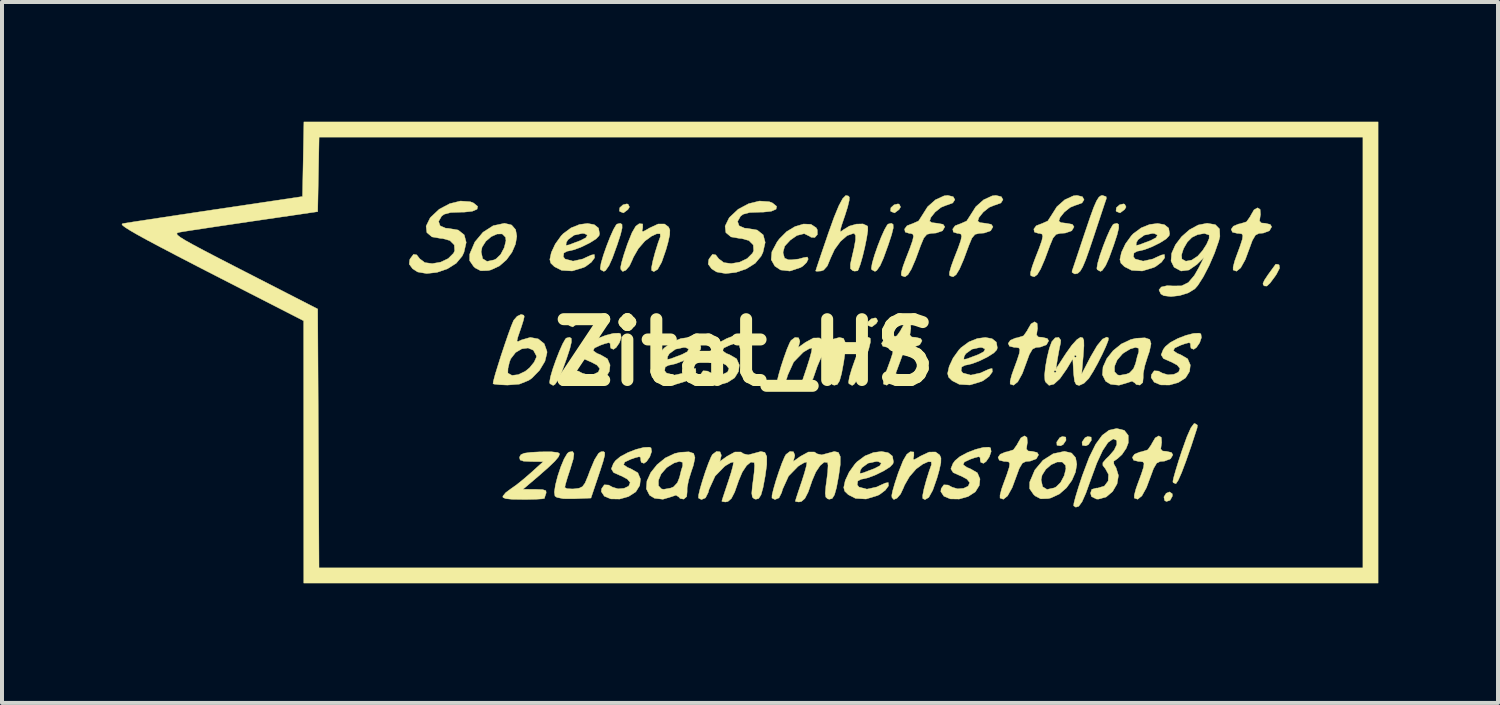
<source format=kicad_pcb>
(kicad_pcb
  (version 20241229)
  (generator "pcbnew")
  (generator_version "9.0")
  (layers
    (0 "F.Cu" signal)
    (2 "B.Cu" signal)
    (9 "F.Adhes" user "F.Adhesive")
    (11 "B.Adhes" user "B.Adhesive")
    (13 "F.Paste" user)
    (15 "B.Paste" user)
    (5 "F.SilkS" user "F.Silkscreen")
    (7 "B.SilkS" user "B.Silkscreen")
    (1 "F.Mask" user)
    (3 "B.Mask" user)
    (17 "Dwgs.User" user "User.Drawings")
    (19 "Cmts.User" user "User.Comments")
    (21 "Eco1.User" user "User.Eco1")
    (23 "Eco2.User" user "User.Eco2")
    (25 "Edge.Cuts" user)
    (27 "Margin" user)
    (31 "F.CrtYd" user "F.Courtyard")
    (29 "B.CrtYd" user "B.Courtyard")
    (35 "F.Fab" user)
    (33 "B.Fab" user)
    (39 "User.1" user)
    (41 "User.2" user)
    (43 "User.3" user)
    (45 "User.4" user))
  (footprint "Zitat_HS"
    (layer "F.Cu")
    (at 15.612 5.784)
    (property "Reference" "Zitat_HS" (at 0 0 0) (layer "F.SilkS") (effects (font (size 1.524 1.524) (thickness 0.3))))
    (attr through_hole)
    (fp_poly (pts (xy 8.048 2.12) (xy 8.054 2.2) (xy 7.98 2.309) (xy 7.915 2.339) (xy 7.827 2.325) (xy 7.821 2.245) (xy 7.895 2.136) (xy 7.96 2.106) (xy 8.048 2.12)) (stroke (width 0.01) (type solid)) (fill yes) (layer "F.SilkS"))
    (fp_poly (pts (xy 8.683 2.12) (xy 8.689 2.2) (xy 8.615 2.309) (xy 8.55 2.339) (xy 8.462 2.325) (xy 8.456 2.245) (xy 8.53 2.136) (xy 8.595 2.106) (xy 8.683 2.12)) (stroke (width 0.01) (type solid)) (fill yes) (layer "F.SilkS"))
    (fp_poly (pts (xy 10.717 3.541) (xy 10.72 3.598) (xy 10.661 3.705) (xy 10.569 3.734) (xy 10.526 3.71) (xy 10.507 3.621) (xy 10.564 3.528) (xy 10.648 3.493) (xy 10.717 3.541)) (stroke (width 0.01) (type solid)) (fill yes) (layer "F.SilkS"))
    (fp_poly (pts (xy -4.191 -0.857) (xy -4.157 -0.789) (xy -4.196 -0.725) (xy -4.308 -0.64) (xy -4.398 -0.676) (xy -4.409 -0.691) (xy -4.4 -0.771) (xy -4.32 -0.843) (xy -4.221 -0.868) (xy -4.191 -0.857)) (stroke (width 0.01) (type solid)) (fill yes) (layer "F.SilkS"))
    (fp_poly (pts (xy -2.921 -3.715) (xy -2.887 -3.647) (xy -2.926 -3.582) (xy -3.038 -3.498) (xy -3.128 -3.534) (xy -3.139 -3.549) (xy -3.13 -3.629) (xy -3.05 -3.701) (xy -2.951 -3.725) (xy -2.921 -3.715)) (stroke (width 0.01) (type solid)) (fill yes) (layer "F.SilkS"))
    (fp_poly (pts (xy 3.302 -0.857) (xy 3.336 -0.789) (xy 3.297 -0.725) (xy 3.185 -0.64) (xy 3.095 -0.676) (xy 3.084 -0.691) (xy 3.093 -0.771) (xy 3.173 -0.843) (xy 3.272 -0.868) (xy 3.302 -0.857)) (stroke (width 0.01) (type solid)) (fill yes) (layer "F.SilkS"))
    (fp_poly (pts (xy 3.874 -3.715) (xy 3.908 -3.647) (xy 3.869 -3.582) (xy 3.757 -3.498) (xy 3.666 -3.534) (xy 3.656 -3.549) (xy 3.665 -3.629) (xy 3.745 -3.701) (xy 3.844 -3.725) (xy 3.874 -3.715)) (stroke (width 0.01) (type solid)) (fill yes) (layer "F.SilkS"))
    (fp_poly (pts (xy 9.525 -3.715) (xy 9.559 -3.647) (xy 9.52 -3.582) (xy 9.408 -3.498) (xy 9.318 -3.534) (xy 9.307 -3.549) (xy 9.316 -3.629) (xy 9.396 -3.701) (xy 9.495 -3.725) (xy 9.525 -3.715)) (stroke (width 0.01) (type solid)) (fill yes) (layer "F.SilkS"))
    (fp_poly (pts (xy 13.369 -2.207) (xy 13.395 -2.193) (xy 13.407 -2.115) (xy 13.328 -1.961) (xy 13.288 -1.902) (xy 13.166 -1.738) (xy 13.087 -1.665) (xy 13.029 -1.667) (xy 12.997 -1.693) (xy 12.99 -1.732) (xy 13.027 -1.813) (xy 13.119 -1.952) (xy 13.277 -2.169) (xy 13.31 -2.213) (xy 13.369 -2.207)) (stroke (width 0.01) (type solid)) (fill yes) (layer "F.SilkS"))
    (fp_poly (pts (xy -4.343 -0.352) (xy -4.341 -0.262) (xy -4.381 -0.095) (xy -4.465 0.161) (xy -4.585 0.492) (xy -4.67 0.681) (xy -4.754 0.8) (xy -4.799 0.826) (xy -4.88 0.781) (xy -4.889 0.746) (xy -4.868 0.616) (xy -4.811 0.42) (xy -4.731 0.192) (xy -4.643 -0.033) (xy -4.559 -0.221) (xy -4.491 -0.34) (xy -4.467 -0.362) (xy -4.386 -0.381) (xy -4.343 -0.352)) (stroke (width 0.01) (type solid)) (fill yes) (layer "F.SilkS"))
    (fp_poly (pts (xy -3.073 -3.21) (xy -3.071 -3.119) (xy -3.111 -2.953) (xy -3.195 -2.696) (xy -3.315 -2.365) (xy -3.4 -2.177) (xy -3.484 -2.057) (xy -3.529 -2.032) (xy -3.61 -2.076) (xy -3.619 -2.111) (xy -3.598 -2.241) (xy -3.541 -2.437) (xy -3.461 -2.665) (xy -3.373 -2.89) (xy -3.289 -3.079) (xy -3.221 -3.197) (xy -3.197 -3.219) (xy -3.116 -3.238) (xy -3.073 -3.21)) (stroke (width 0.01) (type solid)) (fill yes) (layer "F.SilkS"))
    (fp_poly (pts (xy 3.15 -0.352) (xy 3.152 -0.262) (xy 3.112 -0.095) (xy 3.028 0.161) (xy 2.908 0.492) (xy 2.823 0.681) (xy 2.739 0.8) (xy 2.694 0.826) (xy 2.613 0.781) (xy 2.603 0.746) (xy 2.625 0.616) (xy 2.682 0.42) (xy 2.762 0.192) (xy 2.85 -0.033) (xy 2.934 -0.221) (xy 3.002 -0.34) (xy 3.026 -0.362) (xy 3.107 -0.381) (xy 3.15 -0.352)) (stroke (width 0.01) (type solid)) (fill yes) (layer "F.SilkS"))
    (fp_poly (pts (xy 3.721 -3.21) (xy 3.724 -3.119) (xy 3.683 -2.953) (xy 3.599 -2.696) (xy 3.479 -2.365) (xy 3.395 -2.177) (xy 3.311 -2.057) (xy 3.266 -2.032) (xy 3.184 -2.076) (xy 3.175 -2.111) (xy 3.197 -2.241) (xy 3.254 -2.437) (xy 3.333 -2.665) (xy 3.421 -2.89) (xy 3.506 -3.079) (xy 3.574 -3.197) (xy 3.597 -3.219) (xy 3.679 -3.238) (xy 3.721 -3.21)) (stroke (width 0.01) (type solid)) (fill yes) (layer "F.SilkS"))
    (fp_poly (pts (xy 9.373 -3.21) (xy 9.375 -3.119) (xy 9.335 -2.953) (xy 9.251 -2.696) (xy 9.131 -2.365) (xy 9.046 -2.177) (xy 8.962 -2.057) (xy 8.917 -2.032) (xy 8.836 -2.076) (xy 8.826 -2.111) (xy 8.848 -2.241) (xy 8.905 -2.437) (xy 8.985 -2.665) (xy 9.073 -2.89) (xy 9.157 -3.079) (xy 9.225 -3.197) (xy 9.249 -3.219) (xy 9.33 -3.238) (xy 9.373 -3.21)) (stroke (width 0.01) (type solid)) (fill yes) (layer "F.SilkS"))
    (fp_poly (pts (xy 11.347 1.821) (xy 11.339 1.892) (xy 11.191 2.345) (xy 11.06 2.722) (xy 10.95 3.013) (xy 10.865 3.204) (xy 10.81 3.286) (xy 10.806 3.288) (xy 10.739 3.262) (xy 10.732 3.228) (xy 10.751 3.137) (xy 10.803 2.953) (xy 10.879 2.705) (xy 10.959 2.461) (xy 11.083 2.114) (xy 11.182 1.89) (xy 11.258 1.786) (xy 11.281 1.778) (xy 11.347 1.821)) (stroke (width 0.01) (type solid)) (fill yes) (layer "F.SilkS"))
    (fp_poly (pts (xy 9.059 -3.906) (xy 9.065 -3.858) (xy 9.035 -3.771) (xy 8.974 -3.588) (xy 8.89 -3.334) (xy 8.79 -3.033) (xy 8.764 -2.953) (xy 8.64 -2.584) (xy 8.546 -2.32) (xy 8.471 -2.143) (xy 8.408 -2.037) (xy 8.349 -1.984) (xy 8.284 -1.969) (xy 8.272 -1.968) (xy 8.205 -2.009) (xy 8.207 -2.048) (xy 8.237 -2.134) (xy 8.298 -2.317) (xy 8.384 -2.574) (xy 8.486 -2.881) (xy 8.537 -3.032) (xy 8.657 -3.387) (xy 8.748 -3.638) (xy 8.82 -3.801) (xy 8.878 -3.893) (xy 8.933 -3.932) (xy 8.966 -3.937) (xy 9.059 -3.906)) (stroke (width 0.01) (type solid)) (fill yes) (layer "F.SilkS"))
    (fp_poly (pts (xy 1.662 -3.212) (xy 1.792 -3.127) (xy 1.821 -3.074) (xy 1.823 -2.956) (xy 1.758 -2.882) (xy 1.664 -2.888) (xy 1.638 -2.908) (xy 1.493 -2.979) (xy 1.311 -2.933) (xy 1.144 -2.817) (xy 1.004 -2.666) (xy 0.963 -2.519) (xy 0.965 -2.484) (xy 1 -2.365) (xy 1.096 -2.324) (xy 1.175 -2.323) (xy 1.353 -2.343) (xy 1.476 -2.377) (xy 1.571 -2.393) (xy 1.593 -2.342) (xy 1.551 -2.255) (xy 1.456 -2.163) (xy 1.4 -2.129) (xy 1.133 -2.041) (xy 0.901 -2.068) (xy 0.756 -2.165) (xy 0.665 -2.326) (xy 0.682 -2.523) (xy 0.811 -2.767) (xy 0.869 -2.846) (xy 1.052 -3.03) (xy 1.264 -3.157) (xy 1.477 -3.22) (xy 1.662 -3.212)) (stroke (width 0.01) (type solid)) (fill yes) (layer "F.SilkS"))
    (fp_poly (pts (xy -5.841 -3.195) (xy -5.74 -3.079) (xy -5.71 -2.913) (xy -5.743 -2.717) (xy -5.831 -2.513) (xy -5.969 -2.323) (xy -6.147 -2.168) (xy -6.359 -2.07) (xy -6.429 -2.054) (xy -6.614 -2.048) (xy -6.75 -2.118) (xy -6.793 -2.157) (xy -6.893 -2.303) (xy -6.891 -2.465) (xy -6.89 -2.466) (xy -6.867 -2.522) (xy -6.604 -2.522) (xy -6.566 -2.351) (xy -6.456 -2.283) (xy -6.28 -2.321) (xy -6.228 -2.347) (xy -6.115 -2.457) (xy -6.025 -2.628) (xy -5.982 -2.8) (xy -5.992 -2.888) (xy -6.075 -2.971) (xy -6.205 -2.97) (xy -6.352 -2.903) (xy -6.487 -2.787) (xy -6.58 -2.641) (xy -6.604 -2.522) (xy -6.867 -2.522) (xy -6.762 -2.769) (xy -6.557 -3.014) (xy -6.302 -3.178) (xy -6.021 -3.238) (xy -6.02 -3.239) (xy -5.841 -3.195)) (stroke (width 0.01) (type solid)) (fill yes) (layer "F.SilkS"))
    (fp_poly (pts (xy -4.278 2.535) (xy -4.297 2.675) (xy -4.37 2.916) (xy -4.374 2.93) (xy -4.443 3.141) (xy -4.491 3.304) (xy -4.508 3.382) (xy -4.453 3.412) (xy -4.315 3.42) (xy -4.272 3.417) (xy -4.148 3.401) (xy -4.065 3.361) (xy -3.999 3.27) (xy -3.928 3.101) (xy -3.873 2.953) (xy -3.761 2.686) (xy -3.662 2.528) (xy -3.602 2.488) (xy -3.539 2.482) (xy -3.507 2.505) (xy -3.508 2.579) (xy -3.545 2.723) (xy -3.62 2.957) (xy -3.672 3.113) (xy -3.852 3.648) (xy -4.268 3.665) (xy -4.543 3.664) (xy -4.706 3.631) (xy -4.754 3.598) (xy -4.769 3.498) (xy -4.742 3.319) (xy -4.685 3.097) (xy -4.609 2.868) (xy -4.525 2.667) (xy -4.445 2.531) (xy -4.403 2.496) (xy -4.313 2.48) (xy -4.278 2.535)) (stroke (width 0.01) (type solid)) (fill yes) (layer "F.SilkS"))
    (fp_poly (pts (xy 4.155 -0.729) (xy 4.165 -0.599) (xy 4.159 -0.572) (xy 4.141 -0.439) (xy 4.186 -0.388) (xy 4.281 -0.381) (xy 4.409 -0.351) (xy 4.445 -0.293) (xy 4.388 -0.194) (xy 4.236 -0.136) (xy 4.127 -0.127) (xy 4.04 -0.086) (xy 3.96 0.05) (xy 3.903 0.206) (xy 3.783 0.53) (xy 3.669 0.736) (xy 3.564 0.82) (xy 3.479 0.791) (xy 3.479 0.716) (xy 3.518 0.565) (xy 3.556 0.457) (xy 3.654 0.19) (xy 3.709 0.02) (xy 3.722 -0.075) (xy 3.694 -0.116) (xy 3.626 -0.127) (xy 3.587 -0.127) (xy 3.461 -0.158) (xy 3.43 -0.229) (xy 3.485 -0.308) (xy 3.616 -0.363) (xy 3.655 -0.368) (xy 3.815 -0.418) (xy 3.91 -0.553) (xy 3.919 -0.575) (xy 4.002 -0.717) (xy 4.091 -0.769) (xy 4.155 -0.729)) (stroke (width 0.01) (type solid)) (fill yes) (layer "F.SilkS"))
    (fp_poly (pts (xy 7.076 2.128) (xy 7.086 2.258) (xy 7.08 2.286) (xy 7.062 2.419) (xy 7.107 2.469) (xy 7.202 2.477) (xy 7.33 2.506) (xy 7.366 2.565) (xy 7.309 2.664) (xy 7.157 2.722) (xy 7.048 2.731) (xy 6.961 2.772) (xy 6.881 2.908) (xy 6.824 3.064) (xy 6.704 3.388) (xy 6.59 3.593) (xy 6.485 3.678) (xy 6.4 3.648) (xy 6.4 3.574) (xy 6.439 3.422) (xy 6.477 3.315) (xy 6.575 3.048) (xy 6.63 2.878) (xy 6.643 2.783) (xy 6.615 2.741) (xy 6.547 2.731) (xy 6.508 2.731) (xy 6.382 2.7) (xy 6.351 2.628) (xy 6.406 2.549) (xy 6.537 2.495) (xy 6.576 2.489) (xy 6.736 2.439) (xy 6.831 2.304) (xy 6.84 2.283) (xy 6.923 2.14) (xy 7.012 2.089) (xy 7.076 2.128)) (stroke (width 0.01) (type solid)) (fill yes) (layer "F.SilkS"))
    (fp_poly (pts (xy 7.33 -0.729) (xy 7.34 -0.599) (xy 7.334 -0.572) (xy 7.316 -0.439) (xy 7.361 -0.388) (xy 7.456 -0.381) (xy 7.584 -0.351) (xy 7.62 -0.293) (xy 7.563 -0.194) (xy 7.411 -0.136) (xy 7.302 -0.127) (xy 7.215 -0.086) (xy 7.135 0.05) (xy 7.078 0.206) (xy 6.958 0.53) (xy 6.844 0.736) (xy 6.739 0.82) (xy 6.654 0.791) (xy 6.654 0.716) (xy 6.693 0.565) (xy 6.731 0.457) (xy 6.829 0.19) (xy 6.884 0.02) (xy 6.897 -0.075) (xy 6.869 -0.116) (xy 6.801 -0.127) (xy 6.762 -0.127) (xy 6.636 -0.158) (xy 6.605 -0.229) (xy 6.66 -0.308) (xy 6.791 -0.363) (xy 6.83 -0.368) (xy 6.99 -0.418) (xy 7.085 -0.553) (xy 7.094 -0.575) (xy 7.177 -0.717) (xy 7.266 -0.769) (xy 7.33 -0.729)) (stroke (width 0.01) (type solid)) (fill yes) (layer "F.SilkS"))
    (fp_poly (pts (xy 8.193 2.52) (xy 8.294 2.636) (xy 8.324 2.802) (xy 8.291 2.998) (xy 8.202 3.202) (xy 8.065 3.392) (xy 7.887 3.547) (xy 7.675 3.645) (xy 7.605 3.661) (xy 7.42 3.667) (xy 7.283 3.597) (xy 7.241 3.558) (xy 7.141 3.412) (xy 7.143 3.25) (xy 7.143 3.249) (xy 7.167 3.193) (xy 7.429 3.193) (xy 7.468 3.364) (xy 7.578 3.432) (xy 7.754 3.394) (xy 7.806 3.368) (xy 7.918 3.258) (xy 8.008 3.087) (xy 8.051 2.915) (xy 8.042 2.827) (xy 7.959 2.744) (xy 7.829 2.745) (xy 7.681 2.812) (xy 7.547 2.928) (xy 7.454 3.074) (xy 7.429 3.193) (xy 7.167 3.193) (xy 7.271 2.946) (xy 7.476 2.701) (xy 7.732 2.537) (xy 8.013 2.477) (xy 8.014 2.477) (xy 8.193 2.52)) (stroke (width 0.01) (type solid)) (fill yes) (layer "F.SilkS"))
    (fp_poly (pts (xy 10.442 2.128) (xy 10.451 2.258) (xy 10.446 2.286) (xy 10.428 2.419) (xy 10.473 2.469) (xy 10.568 2.477) (xy 10.696 2.506) (xy 10.732 2.565) (xy 10.674 2.664) (xy 10.523 2.722) (xy 10.414 2.731) (xy 10.327 2.772) (xy 10.247 2.908) (xy 10.19 3.064) (xy 10.069 3.388) (xy 9.955 3.593) (xy 9.85 3.678) (xy 9.765 3.648) (xy 9.765 3.574) (xy 9.805 3.422) (xy 9.842 3.315) (xy 9.941 3.048) (xy 9.996 2.878) (xy 10.009 2.783) (xy 9.98 2.741) (xy 9.912 2.731) (xy 9.874 2.731) (xy 9.748 2.7) (xy 9.717 2.628) (xy 9.771 2.549) (xy 9.903 2.495) (xy 9.941 2.489) (xy 10.102 2.439) (xy 10.197 2.304) (xy 10.205 2.283) (xy 10.289 2.14) (xy 10.378 2.089) (xy 10.442 2.128)) (stroke (width 0.01) (type solid)) (fill yes) (layer "F.SilkS"))
    (fp_poly (pts (xy 12.918 -3.587) (xy 12.928 -3.457) (xy 12.922 -3.429) (xy 12.904 -3.296) (xy 12.949 -3.246) (xy 13.044 -3.239) (xy 13.172 -3.209) (xy 13.208 -3.15) (xy 13.151 -3.051) (xy 12.999 -2.993) (xy 12.89 -2.985) (xy 12.803 -2.943) (xy 12.723 -2.807) (xy 12.666 -2.651) (xy 12.546 -2.327) (xy 12.432 -2.122) (xy 12.327 -2.037) (xy 12.242 -2.067) (xy 12.242 -2.141) (xy 12.281 -2.293) (xy 12.319 -2.4) (xy 12.417 -2.667) (xy 12.472 -2.837) (xy 12.485 -2.932) (xy 12.457 -2.974) (xy 12.389 -2.984) (xy 12.35 -2.985) (xy 12.224 -3.015) (xy 12.193 -3.087) (xy 12.248 -3.166) (xy 12.379 -3.22) (xy 12.418 -3.226) (xy 12.578 -3.276) (xy 12.673 -3.411) (xy 12.682 -3.432) (xy 12.765 -3.575) (xy 12.854 -3.626) (xy 12.918 -3.587)) (stroke (width 0.01) (type solid)) (fill yes) (layer "F.SilkS"))
    (fp_poly (pts (xy -4.679 2.507) (xy -4.636 2.54) (xy -4.664 2.613) (xy -4.756 2.724) (xy -4.925 2.885) (xy -5.181 3.11) (xy -5.239 3.159) (xy -5.556 3.428) (xy -5.248 3.429) (xy -5.063 3.436) (xy -4.981 3.463) (xy -4.974 3.519) (xy -4.978 3.529) (xy -5.012 3.631) (xy -5.016 3.656) (xy -5.075 3.668) (xy -5.232 3.678) (xy -5.457 3.683) (xy -5.554 3.683) (xy -5.824 3.679) (xy -5.986 3.663) (xy -6.056 3.634) (xy -6.06 3.6) (xy -5.987 3.511) (xy -5.856 3.414) (xy -5.717 3.316) (xy -5.531 3.166) (xy -5.366 3.023) (xy -5.048 2.736) (xy -5.355 2.733) (xy -5.54 2.724) (xy -5.626 2.695) (xy -5.642 2.633) (xy -5.64 2.619) (xy -5.608 2.561) (xy -5.524 2.524) (xy -5.362 2.502) (xy -5.127 2.49) (xy -4.844 2.488) (xy -4.679 2.507)) (stroke (width 0.01) (type solid)) (fill yes) (layer "F.SilkS"))
    (fp_poly (pts (xy -1.279 2.529) (xy -1.245 2.638) (xy -1.286 2.832) (xy -1.335 2.975) (xy -1.404 3.197) (xy -1.441 3.389) (xy -1.442 3.495) (xy -1.453 3.611) (xy -1.526 3.675) (xy -1.617 3.659) (xy -1.649 3.622) (xy -1.72 3.575) (xy -1.829 3.613) (xy -2.048 3.678) (xy -2.259 3.653) (xy -2.383 3.577) (xy -2.464 3.417) (xy -2.449 3.22) (xy -2.441 3.204) (xy -2.161 3.204) (xy -2.159 3.339) (xy -2.085 3.419) (xy -2.028 3.429) (xy -1.858 3.399) (xy -1.782 3.368) (xy -1.685 3.263) (xy -1.632 3.13) (xy -1.59 2.956) (xy -1.553 2.842) (xy -1.554 2.753) (xy -1.635 2.729) (xy -1.769 2.769) (xy -1.93 2.868) (xy -1.964 2.895) (xy -2.094 3.045) (xy -2.161 3.204) (xy -2.441 3.204) (xy -2.354 3.011) (xy -2.195 2.811) (xy -1.989 2.643) (xy -1.752 2.531) (xy -1.614 2.501) (xy -1.398 2.489) (xy -1.279 2.529)) (stroke (width 0.01) (type solid)) (fill yes) (layer "F.SilkS"))
    (fp_poly (pts (xy 10.151 -0.328) (xy 10.185 -0.22) (xy 10.144 -0.025) (xy 10.095 0.117) (xy 10.026 0.34) (xy 9.989 0.531) (xy 9.988 0.637) (xy 9.977 0.753) (xy 9.904 0.817) (xy 9.813 0.802) (xy 9.781 0.765) (xy 9.71 0.718) (xy 9.601 0.755) (xy 9.382 0.82) (xy 9.171 0.796) (xy 9.047 0.72) (xy 8.966 0.559) (xy 8.981 0.363) (xy 8.989 0.347) (xy 9.269 0.347) (xy 9.271 0.482) (xy 9.345 0.562) (xy 9.402 0.572) (xy 9.572 0.541) (xy 9.648 0.51) (xy 9.745 0.406) (xy 9.798 0.272) (xy 9.84 0.098) (xy 9.877 -0.016) (xy 9.876 -0.105) (xy 9.795 -0.128) (xy 9.661 -0.088) (xy 9.5 0.01) (xy 9.466 0.037) (xy 9.336 0.188) (xy 9.269 0.347) (xy 8.989 0.347) (xy 9.076 0.153) (xy 9.235 -0.047) (xy 9.441 -0.214) (xy 9.678 -0.326) (xy 9.816 -0.357) (xy 10.032 -0.368) (xy 10.151 -0.328)) (stroke (width 0.01) (type solid)) (fill yes) (layer "F.SilkS"))
    (fp_poly (pts (xy -2.555 -3.221) (xy -2.554 -3.13) (xy -2.555 -3.123) (xy -2.572 -3.043) (xy -2.542 -3.031) (xy -2.439 -3.087) (xy -2.39 -3.117) (xy -2.17 -3.22) (xy -2.009 -3.221) (xy -1.907 -3.146) (xy -1.874 -3.071) (xy -1.878 -2.95) (xy -1.921 -2.755) (xy -1.974 -2.568) (xy -2.08 -2.263) (xy -2.181 -2.083) (xy -2.276 -2.027) (xy -2.332 -2.057) (xy -2.333 -2.132) (xy -2.301 -2.294) (xy -2.244 -2.508) (xy -2.171 -2.743) (xy -2.112 -2.905) (xy -2.117 -2.976) (xy -2.199 -2.977) (xy -2.331 -2.917) (xy -2.49 -2.801) (xy -2.502 -2.791) (xy -2.663 -2.605) (xy -2.79 -2.384) (xy -2.811 -2.331) (xy -2.887 -2.169) (xy -2.976 -2.064) (xy -3.056 -2.03) (xy -3.103 -2.082) (xy -3.108 -2.138) (xy -3.085 -2.251) (xy -3.029 -2.445) (xy -2.95 -2.681) (xy -2.933 -2.73) (xy -2.823 -3.004) (xy -2.729 -3.165) (xy -2.643 -3.228) (xy -2.642 -3.228) (xy -2.555 -3.221)) (stroke (width 0.01) (type solid)) (fill yes) (layer "F.SilkS"))
    (fp_poly (pts (xy 4.24 2.494) (xy 4.241 2.585) (xy 4.239 2.592) (xy 4.223 2.672) (xy 4.253 2.684) (xy 4.356 2.628) (xy 4.405 2.598) (xy 4.624 2.495) (xy 4.786 2.494) (xy 4.888 2.569) (xy 4.92 2.644) (xy 4.917 2.765) (xy 4.874 2.96) (xy 4.821 3.147) (xy 4.714 3.452) (xy 4.614 3.632) (xy 4.519 3.688) (xy 4.463 3.658) (xy 4.461 3.583) (xy 4.493 3.421) (xy 4.551 3.207) (xy 4.624 2.972) (xy 4.682 2.81) (xy 4.677 2.739) (xy 4.596 2.738) (xy 4.463 2.798) (xy 4.304 2.914) (xy 4.293 2.924) (xy 4.131 3.11) (xy 4.004 3.331) (xy 3.984 3.384) (xy 3.908 3.546) (xy 3.818 3.651) (xy 3.738 3.685) (xy 3.691 3.633) (xy 3.687 3.577) (xy 3.71 3.464) (xy 3.766 3.27) (xy 3.844 3.034) (xy 3.862 2.985) (xy 3.971 2.711) (xy 4.065 2.55) (xy 4.151 2.487) (xy 4.152 2.487) (xy 4.24 2.494)) (stroke (width 0.01) (type solid)) (fill yes) (layer "F.SilkS"))
    (fp_poly (pts (xy -3.108 -0.466) (xy -3.093 -0.375) (xy -3.139 -0.244) (xy -3.22 -0.126) (xy -3.286 -0.079) (xy -3.354 -0.106) (xy -3.365 -0.153) (xy -3.37 -0.226) (xy -3.405 -0.247) (xy -3.505 -0.221) (xy -3.61 -0.184) (xy -3.766 -0.112) (xy -3.796 -0.045) (xy -3.699 0.023) (xy -3.619 0.054) (xy -3.439 0.158) (xy -3.373 0.313) (xy -3.391 0.475) (xy -3.49 0.635) (xy -3.672 0.752) (xy -3.895 0.815) (xy -4.117 0.812) (xy -4.278 0.744) (xy -4.355 0.628) (xy -4.346 0.554) (xy -4.279 0.459) (xy -4.171 0.465) (xy -4.073 0.517) (xy -3.934 0.559) (xy -3.784 0.547) (xy -3.668 0.491) (xy -3.631 0.404) (xy -3.631 0.403) (xy -3.7 0.317) (xy -3.843 0.24) (xy -3.869 0.23) (xy -4.046 0.152) (xy -4.103 0.057) (xy -4.051 -0.076) (xy -3.998 -0.147) (xy -3.876 -0.249) (xy -3.693 -0.348) (xy -3.485 -0.429) (xy -3.291 -0.479) (xy -3.148 -0.485) (xy -3.108 -0.466)) (stroke (width 0.01) (type solid)) (fill yes) (layer "F.SilkS"))
    (fp_poly (pts (xy -2.346 2.391) (xy -2.331 2.482) (xy -2.377 2.614) (xy -2.458 2.732) (xy -2.524 2.778) (xy -2.592 2.752) (xy -2.603 2.704) (xy -2.608 2.631) (xy -2.643 2.611) (xy -2.743 2.637) (xy -2.848 2.673) (xy -3.004 2.745) (xy -3.034 2.812) (xy -2.937 2.88) (xy -2.857 2.912) (xy -2.677 3.015) (xy -2.611 3.17) (xy -2.629 3.333) (xy -2.728 3.492) (xy -2.91 3.61) (xy -3.133 3.673) (xy -3.355 3.669) (xy -3.516 3.602) (xy -3.593 3.486) (xy -3.584 3.411) (xy -3.517 3.316) (xy -3.409 3.322) (xy -3.311 3.375) (xy -3.172 3.417) (xy -3.022 3.404) (xy -2.906 3.349) (xy -2.869 3.262) (xy -2.869 3.26) (xy -2.938 3.175) (xy -3.081 3.097) (xy -3.107 3.088) (xy -3.284 3.009) (xy -3.341 2.915) (xy -3.289 2.782) (xy -3.236 2.71) (xy -3.114 2.608) (xy -2.931 2.51) (xy -2.723 2.429) (xy -2.529 2.379) (xy -2.386 2.373) (xy -2.346 2.391)) (stroke (width 0.01) (type solid)) (fill yes) (layer "F.SilkS"))
    (fp_poly (pts (xy 0.131 -0.466) (xy 0.145 -0.375) (xy 0.1 -0.244) (xy 0.019 -0.126) (xy -0.048 -0.079) (xy -0.116 -0.106) (xy -0.127 -0.153) (xy -0.131 -0.226) (xy -0.166 -0.247) (xy -0.266 -0.221) (xy -0.372 -0.184) (xy -0.527 -0.112) (xy -0.557 -0.045) (xy -0.461 0.023) (xy -0.38 0.054) (xy -0.201 0.158) (xy -0.134 0.313) (xy -0.153 0.475) (xy -0.252 0.635) (xy -0.433 0.752) (xy -0.656 0.815) (xy -0.878 0.812) (xy -1.039 0.744) (xy -1.116 0.628) (xy -1.108 0.554) (xy -1.04 0.459) (xy -0.933 0.465) (xy -0.834 0.517) (xy -0.696 0.559) (xy -0.545 0.547) (xy -0.429 0.491) (xy -0.392 0.404) (xy -0.393 0.403) (xy -0.462 0.317) (xy -0.604 0.24) (xy -0.63 0.23) (xy -0.807 0.152) (xy -0.865 0.057) (xy -0.812 -0.076) (xy -0.76 -0.147) (xy -0.638 -0.249) (xy -0.454 -0.348) (xy -0.246 -0.429) (xy -0.052 -0.479) (xy 0.09 -0.485) (xy 0.131 -0.466)) (stroke (width 0.01) (type solid)) (fill yes) (layer "F.SilkS"))
    (fp_poly (pts (xy 6.163 2.391) (xy 6.178 2.482) (xy 6.132 2.614) (xy 6.051 2.732) (xy 5.985 2.778) (xy 5.917 2.752) (xy 5.905 2.704) (xy 5.901 2.631) (xy 5.866 2.611) (xy 5.766 2.637) (xy 5.661 2.673) (xy 5.505 2.745) (xy 5.475 2.812) (xy 5.572 2.88) (xy 5.652 2.912) (xy 5.832 3.015) (xy 5.898 3.17) (xy 5.88 3.333) (xy 5.781 3.492) (xy 5.599 3.61) (xy 5.376 3.673) (xy 5.154 3.669) (xy 4.993 3.602) (xy 4.916 3.486) (xy 4.925 3.411) (xy 4.992 3.316) (xy 5.1 3.322) (xy 5.198 3.375) (xy 5.337 3.417) (xy 5.487 3.404) (xy 5.603 3.349) (xy 5.64 3.262) (xy 5.64 3.26) (xy 5.571 3.175) (xy 5.428 3.097) (xy 5.402 3.088) (xy 5.225 3.009) (xy 5.168 2.915) (xy 5.22 2.782) (xy 5.273 2.71) (xy 5.395 2.608) (xy 5.578 2.51) (xy 5.786 2.429) (xy 5.98 2.379) (xy 6.123 2.373) (xy 6.163 2.391)) (stroke (width 0.01) (type solid)) (fill yes) (layer "F.SilkS"))
    (fp_poly (pts (xy 11.434 -0.466) (xy 11.448 -0.375) (xy 11.403 -0.244) (xy 11.322 -0.126) (xy 11.255 -0.079) (xy 11.187 -0.106) (xy 11.176 -0.153) (xy 11.172 -0.226) (xy 11.137 -0.247) (xy 11.037 -0.221) (xy 10.931 -0.184) (xy 10.776 -0.112) (xy 10.746 -0.045) (xy 10.842 0.023) (xy 10.923 0.054) (xy 11.102 0.158) (xy 11.169 0.313) (xy 11.15 0.475) (xy 11.051 0.635) (xy 10.87 0.752) (xy 10.647 0.815) (xy 10.425 0.812) (xy 10.264 0.744) (xy 10.187 0.628) (xy 10.195 0.554) (xy 10.263 0.459) (xy 10.37 0.465) (xy 10.469 0.517) (xy 10.607 0.559) (xy 10.758 0.547) (xy 10.874 0.491) (xy 10.911 0.404) (xy 10.91 0.403) (xy 10.841 0.317) (xy 10.699 0.24) (xy 10.673 0.23) (xy 10.496 0.152) (xy 10.438 0.057) (xy 10.491 -0.076) (xy 10.543 -0.147) (xy 10.665 -0.249) (xy 10.849 -0.348) (xy 11.057 -0.429) (xy 11.251 -0.479) (xy 11.393 -0.485) (xy 11.434 -0.466)) (stroke (width 0.01) (type solid)) (fill yes) (layer "F.SilkS"))
    (fp_poly (pts (xy 5.227 -3.904) (xy 5.268 -3.829) (xy 5.215 -3.748) (xy 5.074 -3.696) (xy 5.065 -3.695) (xy 4.921 -3.637) (xy 4.773 -3.519) (xy 4.665 -3.383) (xy 4.636 -3.293) (xy 4.691 -3.255) (xy 4.824 -3.239) (xy 4.826 -3.239) (xy 4.973 -3.212) (xy 5.016 -3.15) (xy 4.959 -3.05) (xy 4.798 -2.994) (xy 4.667 -2.985) (xy 4.567 -2.96) (xy 4.489 -2.868) (xy 4.412 -2.683) (xy 4.283 -2.332) (xy 4.179 -2.092) (xy 4.093 -1.951) (xy 4.019 -1.897) (xy 3.947 -1.919) (xy 3.924 -1.939) (xy 3.928 -2.011) (xy 3.971 -2.165) (xy 4.034 -2.336) (xy 4.144 -2.619) (xy 4.209 -2.805) (xy 4.232 -2.915) (xy 4.214 -2.967) (xy 4.16 -2.984) (xy 4.127 -2.985) (xy 4.024 -3.018) (xy 4.008 -3.094) (xy 4.069 -3.176) (xy 4.194 -3.225) (xy 4.201 -3.226) (xy 4.359 -3.296) (xy 4.447 -3.434) (xy 4.585 -3.652) (xy 4.782 -3.827) (xy 4.998 -3.926) (xy 5.09 -3.937) (xy 5.227 -3.904)) (stroke (width 0.01) (type solid)) (fill yes) (layer "F.SilkS"))
    (fp_poly (pts (xy 6.433 -3.904) (xy 6.474 -3.829) (xy 6.422 -3.748) (xy 6.28 -3.696) (xy 6.271 -3.695) (xy 6.128 -3.637) (xy 5.98 -3.519) (xy 5.871 -3.383) (xy 5.842 -3.293) (xy 5.897 -3.255) (xy 6.03 -3.239) (xy 6.032 -3.239) (xy 6.18 -3.212) (xy 6.223 -3.15) (xy 6.165 -3.05) (xy 6.004 -2.994) (xy 5.874 -2.985) (xy 5.773 -2.96) (xy 5.696 -2.868) (xy 5.619 -2.683) (xy 5.489 -2.332) (xy 5.385 -2.092) (xy 5.3 -1.951) (xy 5.225 -1.897) (xy 5.153 -1.919) (xy 5.131 -1.939) (xy 5.134 -2.011) (xy 5.178 -2.165) (xy 5.24 -2.336) (xy 5.351 -2.619) (xy 5.416 -2.805) (xy 5.438 -2.915) (xy 5.421 -2.967) (xy 5.366 -2.984) (xy 5.334 -2.985) (xy 5.23 -3.018) (xy 5.215 -3.094) (xy 5.275 -3.176) (xy 5.401 -3.225) (xy 5.408 -3.226) (xy 5.565 -3.296) (xy 5.654 -3.434) (xy 5.792 -3.652) (xy 5.989 -3.827) (xy 6.205 -3.926) (xy 6.296 -3.937) (xy 6.433 -3.904)) (stroke (width 0.01) (type solid)) (fill yes) (layer "F.SilkS"))
    (fp_poly (pts (xy 8.465 -3.904) (xy 8.506 -3.829) (xy 8.454 -3.748) (xy 8.312 -3.696) (xy 8.303 -3.695) (xy 8.16 -3.637) (xy 8.012 -3.519) (xy 7.903 -3.383) (xy 7.874 -3.293) (xy 7.929 -3.255) (xy 8.062 -3.239) (xy 8.065 -3.239) (xy 8.212 -3.212) (xy 8.255 -3.15) (xy 8.197 -3.05) (xy 8.036 -2.994) (xy 7.906 -2.985) (xy 7.805 -2.96) (xy 7.728 -2.868) (xy 7.651 -2.683) (xy 7.521 -2.332) (xy 7.417 -2.092) (xy 7.332 -1.951) (xy 7.257 -1.897) (xy 7.185 -1.919) (xy 7.163 -1.939) (xy 7.166 -2.011) (xy 7.21 -2.165) (xy 7.272 -2.336) (xy 7.383 -2.619) (xy 7.448 -2.805) (xy 7.47 -2.915) (xy 7.453 -2.967) (xy 7.398 -2.984) (xy 7.366 -2.985) (xy 7.262 -3.018) (xy 7.247 -3.094) (xy 7.307 -3.176) (xy 7.433 -3.225) (xy 7.44 -3.226) (xy 7.597 -3.296) (xy 7.686 -3.434) (xy 7.824 -3.652) (xy 8.021 -3.827) (xy 8.237 -3.926) (xy 8.328 -3.937) (xy 8.465 -3.904)) (stroke (width 0.01) (type solid)) (fill yes) (layer "F.SilkS"))
    (fp_poly (pts (xy -6.877 -3.779) (xy -6.793 -3.746) (xy -6.691 -3.662) (xy -6.706 -3.591) (xy -6.825 -3.54) (xy -7.037 -3.517) (xy -7.113 -3.517) (xy -7.368 -3.508) (xy -7.529 -3.465) (xy -7.594 -3.418) (xy -7.67 -3.285) (xy -7.633 -3.176) (xy -7.495 -3.116) (xy -7.427 -3.111) (xy -7.18 -3.069) (xy -7.028 -2.948) (xy -6.978 -2.759) (xy -7.034 -2.512) (xy -7.079 -2.416) (xy -7.229 -2.236) (xy -7.45 -2.097) (xy -7.709 -2.008) (xy -7.969 -1.979) (xy -8.195 -2.018) (xy -8.32 -2.097) (xy -8.406 -2.214) (xy -8.394 -2.325) (xy -8.381 -2.351) (xy -8.299 -2.46) (xy -8.219 -2.447) (xy -8.143 -2.349) (xy -8.016 -2.253) (xy -7.829 -2.228) (xy -7.62 -2.264) (xy -7.43 -2.354) (xy -7.296 -2.488) (xy -7.267 -2.55) (xy -7.277 -2.696) (xy -7.387 -2.806) (xy -7.572 -2.857) (xy -7.605 -2.857) (xy -7.835 -2.897) (xy -7.964 -3.005) (xy -7.983 -3.167) (xy -7.885 -3.368) (xy -7.868 -3.39) (xy -7.655 -3.59) (xy -7.394 -3.729) (xy -7.122 -3.796) (xy -6.877 -3.779)) (stroke (width 0.01) (type solid)) (fill yes) (layer "F.SilkS"))
    (fp_poly (pts (xy 0.616 -3.779) (xy 0.7 -3.746) (xy 0.802 -3.662) (xy 0.787 -3.591) (xy 0.668 -3.54) (xy 0.456 -3.517) (xy 0.38 -3.517) (xy 0.125 -3.508) (xy -0.036 -3.465) (xy -0.101 -3.418) (xy -0.177 -3.285) (xy -0.14 -3.176) (xy -0.002 -3.116) (xy 0.066 -3.111) (xy 0.313 -3.069) (xy 0.465 -2.948) (xy 0.515 -2.759) (xy 0.459 -2.512) (xy 0.414 -2.416) (xy 0.264 -2.236) (xy 0.043 -2.097) (xy -0.216 -2.008) (xy -0.476 -1.979) (xy -0.702 -2.018) (xy -0.827 -2.097) (xy -0.913 -2.214) (xy -0.901 -2.325) (xy -0.888 -2.351) (xy -0.806 -2.46) (xy -0.726 -2.447) (xy -0.65 -2.349) (xy -0.523 -2.253) (xy -0.336 -2.228) (xy -0.127 -2.264) (xy 0.063 -2.354) (xy 0.197 -2.488) (xy 0.226 -2.55) (xy 0.216 -2.696) (xy 0.106 -2.806) (xy -0.079 -2.857) (xy -0.112 -2.857) (xy -0.342 -2.897) (xy -0.471 -3.005) (xy -0.49 -3.167) (xy -0.392 -3.368) (xy -0.375 -3.39) (xy -0.162 -3.59) (xy 0.099 -3.729) (xy 0.371 -3.796) (xy 0.616 -3.779)) (stroke (width 0.01) (type solid)) (fill yes) (layer "F.SilkS"))
    (fp_poly (pts (xy -3.77 -3.204) (xy -3.662 -3.118) (xy -3.637 -2.977) (xy -3.649 -2.927) (xy -3.724 -2.847) (xy -3.879 -2.749) (xy -4.075 -2.652) (xy -4.271 -2.576) (xy -4.428 -2.541) (xy -4.444 -2.54) (xy -4.531 -2.494) (xy -4.545 -2.4) (xy -4.501 -2.343) (xy -4.302 -2.29) (xy -4.057 -2.344) (xy -3.975 -2.383) (xy -3.843 -2.442) (xy -3.769 -2.456) (xy -3.767 -2.455) (xy -3.761 -2.373) (xy -3.842 -2.263) (xy -3.983 -2.157) (xy -4.031 -2.132) (xy -4.324 -2.043) (xy -4.588 -2.059) (xy -4.768 -2.151) (xy -4.859 -2.239) (xy -4.883 -2.331) (xy -4.851 -2.481) (xy -4.84 -2.518) (xy -4.762 -2.684) (xy -4.478 -2.684) (xy -4.398 -2.698) (xy -4.398 -2.698) (xy -4.254 -2.754) (xy -4.112 -2.807) (xy -3.976 -2.878) (xy -3.943 -2.943) (xy -4.017 -2.981) (xy -4.068 -2.985) (xy -4.273 -2.941) (xy -4.427 -2.828) (xy -4.47 -2.757) (xy -4.478 -2.684) (xy -4.762 -2.684) (xy -4.745 -2.72) (xy -4.599 -2.923) (xy -4.547 -2.978) (xy -4.351 -3.123) (xy -4.139 -3.208) (xy -3.937 -3.234) (xy -3.77 -3.204)) (stroke (width 0.01) (type solid)) (fill yes) (layer "F.SilkS"))
    (fp_poly (pts (xy -1.23 -0.346) (xy -1.122 -0.26) (xy -1.097 -0.12) (xy -1.109 -0.07) (xy -1.184 0.01) (xy -1.339 0.109) (xy -1.535 0.206) (xy -1.731 0.282) (xy -1.888 0.317) (xy -1.904 0.318) (xy -1.991 0.364) (xy -2.005 0.457) (xy -1.961 0.514) (xy -1.762 0.567) (xy -1.517 0.513) (xy -1.435 0.475) (xy -1.303 0.416) (xy -1.229 0.401) (xy -1.227 0.403) (xy -1.221 0.485) (xy -1.302 0.595) (xy -1.443 0.7) (xy -1.491 0.725) (xy -1.784 0.814) (xy -2.048 0.799) (xy -2.228 0.707) (xy -2.319 0.619) (xy -2.343 0.526) (xy -2.311 0.376) (xy -2.3 0.34) (xy -2.222 0.173) (xy -1.938 0.173) (xy -1.858 0.159) (xy -1.858 0.159) (xy -1.714 0.104) (xy -1.572 0.051) (xy -1.436 -0.02) (xy -1.403 -0.086) (xy -1.477 -0.124) (xy -1.528 -0.127) (xy -1.733 -0.083) (xy -1.887 0.029) (xy -1.93 0.101) (xy -1.938 0.173) (xy -2.222 0.173) (xy -2.205 0.138) (xy -2.059 -0.066) (xy -2.007 -0.12) (xy -1.811 -0.265) (xy -1.599 -0.35) (xy -1.397 -0.377) (xy -1.23 -0.346)) (stroke (width 0.01) (type solid)) (fill yes) (layer "F.SilkS"))
    (fp_poly (pts (xy 2.6 -3.922) (xy 2.624 -3.892) (xy 2.62 -3.81) (xy 2.58 -3.644) (xy 2.512 -3.428) (xy 2.503 -3.403) (xy 2.428 -3.182) (xy 2.396 -3.063) (xy 2.404 -3.028) (xy 2.451 -3.057) (xy 2.469 -3.073) (xy 2.622 -3.167) (xy 2.802 -3.218) (xy 2.966 -3.222) (xy 3.073 -3.173) (xy 3.086 -3.151) (xy 3.086 -3.052) (xy 3.058 -2.87) (xy 3.012 -2.643) (xy 2.956 -2.409) (xy 2.898 -2.207) (xy 2.848 -2.074) (xy 2.831 -2.048) (xy 2.753 -2.039) (xy 2.707 -2.052) (xy 2.652 -2.102) (xy 2.65 -2.213) (xy 2.675 -2.329) (xy 2.744 -2.628) (xy 2.779 -2.823) (xy 2.779 -2.934) (xy 2.748 -2.98) (xy 2.723 -2.984) (xy 2.568 -2.929) (xy 2.401 -2.784) (xy 2.252 -2.58) (xy 2.157 -2.374) (xy 2.072 -2.169) (xy 1.98 -2.066) (xy 1.916 -2.043) (xy 1.808 -2.035) (xy 1.779 -2.043) (xy 1.799 -2.107) (xy 1.853 -2.27) (xy 1.934 -2.511) (xy 2.036 -2.808) (xy 2.096 -2.985) (xy 2.241 -3.389) (xy 2.36 -3.677) (xy 2.456 -3.857) (xy 2.535 -3.936) (xy 2.6 -3.922)) (stroke (width 0.01) (type solid)) (fill yes) (layer "F.SilkS"))
    (fp_poly (pts (xy 3.596 2.511) (xy 3.704 2.597) (xy 3.729 2.738) (xy 3.717 2.788) (xy 3.642 2.868) (xy 3.487 2.966) (xy 3.291 3.063) (xy 3.095 3.139) (xy 2.938 3.174) (xy 2.922 3.175) (xy 2.835 3.221) (xy 2.821 3.315) (xy 2.865 3.372) (xy 3.064 3.425) (xy 3.309 3.371) (xy 3.391 3.332) (xy 3.523 3.273) (xy 3.597 3.259) (xy 3.599 3.26) (xy 3.605 3.342) (xy 3.524 3.452) (xy 3.383 3.558) (xy 3.335 3.583) (xy 3.042 3.672) (xy 2.778 3.656) (xy 2.598 3.564) (xy 2.507 3.476) (xy 2.483 3.384) (xy 2.515 3.234) (xy 2.526 3.197) (xy 2.604 3.031) (xy 2.888 3.031) (xy 2.968 3.017) (xy 2.968 3.017) (xy 3.112 2.961) (xy 3.254 2.908) (xy 3.39 2.837) (xy 3.423 2.772) (xy 3.349 2.734) (xy 3.298 2.731) (xy 3.093 2.774) (xy 2.939 2.887) (xy 2.896 2.958) (xy 2.888 3.031) (xy 2.604 3.031) (xy 2.621 2.995) (xy 2.767 2.792) (xy 2.819 2.737) (xy 3.015 2.592) (xy 3.227 2.507) (xy 3.429 2.481) (xy 3.596 2.511)) (stroke (width 0.01) (type solid)) (fill yes) (layer "F.SilkS"))
    (fp_poly (pts (xy 6.2 -0.346) (xy 6.308 -0.26) (xy 6.332 -0.12) (xy 6.32 -0.07) (xy 6.246 0.01) (xy 6.091 0.109) (xy 5.895 0.206) (xy 5.698 0.282) (xy 5.542 0.317) (xy 5.526 0.318) (xy 5.439 0.364) (xy 5.425 0.457) (xy 5.469 0.514) (xy 5.667 0.567) (xy 5.912 0.513) (xy 5.994 0.475) (xy 6.126 0.416) (xy 6.2 0.401) (xy 6.202 0.403) (xy 6.208 0.485) (xy 6.128 0.595) (xy 5.986 0.7) (xy 5.939 0.725) (xy 5.646 0.814) (xy 5.381 0.799) (xy 5.201 0.707) (xy 5.111 0.619) (xy 5.086 0.526) (xy 5.119 0.376) (xy 5.129 0.34) (xy 5.208 0.173) (xy 5.492 0.173) (xy 5.571 0.159) (xy 5.571 0.159) (xy 5.716 0.104) (xy 5.858 0.051) (xy 5.993 -0.02) (xy 6.026 -0.086) (xy 5.952 -0.124) (xy 5.901 -0.127) (xy 5.697 -0.083) (xy 5.542 0.029) (xy 5.5 0.101) (xy 5.492 0.173) (xy 5.208 0.173) (xy 5.224 0.138) (xy 5.371 -0.066) (xy 5.422 -0.12) (xy 5.619 -0.265) (xy 5.83 -0.35) (xy 6.032 -0.377) (xy 6.2 -0.346)) (stroke (width 0.01) (type solid)) (fill yes) (layer "F.SilkS"))
    (fp_poly (pts (xy 10.518 -3.204) (xy 10.626 -3.118) (xy 10.65 -2.977) (xy 10.638 -2.927) (xy 10.564 -2.847) (xy 10.409 -2.749) (xy 10.213 -2.652) (xy 10.016 -2.576) (xy 9.86 -2.541) (xy 9.844 -2.54) (xy 9.757 -2.494) (xy 9.743 -2.4) (xy 9.787 -2.343) (xy 9.985 -2.29) (xy 10.23 -2.344) (xy 10.312 -2.383) (xy 10.444 -2.442) (xy 10.518 -2.456) (xy 10.52 -2.455) (xy 10.526 -2.373) (xy 10.446 -2.263) (xy 10.304 -2.157) (xy 10.257 -2.132) (xy 9.964 -2.043) (xy 9.699 -2.059) (xy 9.519 -2.151) (xy 9.429 -2.239) (xy 9.404 -2.331) (xy 9.437 -2.481) (xy 9.447 -2.518) (xy 9.526 -2.684) (xy 9.81 -2.684) (xy 9.889 -2.698) (xy 9.889 -2.698) (xy 10.034 -2.754) (xy 10.176 -2.807) (xy 10.311 -2.878) (xy 10.344 -2.943) (xy 10.27 -2.981) (xy 10.219 -2.985) (xy 10.015 -2.941) (xy 9.86 -2.828) (xy 9.818 -2.757) (xy 9.81 -2.684) (xy 9.526 -2.684) (xy 9.542 -2.72) (xy 9.689 -2.923) (xy 9.74 -2.978) (xy 9.937 -3.123) (xy 10.148 -3.208) (xy 10.35 -3.234) (xy 10.518 -3.204)) (stroke (width 0.01) (type solid)) (fill yes) (layer "F.SilkS"))
    (fp_poly (pts (xy 11.796 -3.204) (xy 11.901 -3.097) (xy 11.91 -2.91) (xy 11.882 -2.793) (xy 11.775 -2.488) (xy 11.64 -2.177) (xy 11.495 -1.897) (xy 11.358 -1.682) (xy 11.281 -1.594) (xy 11.117 -1.494) (xy 10.902 -1.427) (xy 10.683 -1.402) (xy 10.504 -1.424) (xy 10.431 -1.466) (xy 10.383 -1.568) (xy 10.442 -1.642) (xy 10.589 -1.675) (xy 10.735 -1.668) (xy 10.948 -1.67) (xy 11.118 -1.753) (xy 11.271 -1.932) (xy 11.382 -2.127) (xy 11.511 -2.381) (xy 11.335 -2.207) (xy 11.133 -2.067) (xy 10.937 -2.042) (xy 10.764 -2.136) (xy 10.762 -2.138) (xy 10.685 -2.294) (xy 10.699 -2.447) (xy 10.948 -2.447) (xy 10.958 -2.342) (xy 11.057 -2.288) (xy 11.204 -2.316) (xy 11.354 -2.415) (xy 11.476 -2.554) (xy 11.578 -2.714) (xy 11.64 -2.856) (xy 11.641 -2.943) (xy 11.639 -2.945) (xy 11.521 -2.984) (xy 11.35 -2.953) (xy 11.21 -2.885) (xy 11.094 -2.768) (xy 11 -2.606) (xy 10.948 -2.447) (xy 10.699 -2.447) (xy 10.702 -2.489) (xy 10.796 -2.699) (xy 10.95 -2.902) (xy 11.146 -3.075) (xy 11.366 -3.195) (xy 11.59 -3.239) (xy 11.796 -3.204)) (stroke (width 0.01) (type solid)) (fill yes) (layer "F.SilkS"))
    (fp_poly (pts (xy 9.515 1.951) (xy 9.614 2.078) (xy 9.615 2.264) (xy 9.562 2.402) (xy 9.456 2.558) (xy 9.339 2.665) (xy 9.334 2.667) (xy 9.25 2.725) (xy 9.253 2.796) (xy 9.308 2.889) (xy 9.368 3.083) (xy 9.333 3.292) (xy 9.222 3.483) (xy 9.059 3.622) (xy 8.863 3.675) (xy 8.814 3.672) (xy 8.692 3.61) (xy 8.668 3.524) (xy 8.699 3.43) (xy 8.813 3.398) (xy 8.852 3.397) (xy 9.016 3.346) (xy 9.11 3.22) (xy 9.119 3.057) (xy 9.042 2.914) (xy 8.977 2.83) (xy 8.977 2.762) (xy 9.055 2.669) (xy 9.131 2.597) (xy 9.26 2.446) (xy 9.327 2.306) (xy 9.326 2.204) (xy 9.251 2.168) (xy 9.225 2.171) (xy 9.107 2.254) (xy 8.972 2.456) (xy 8.825 2.773) (xy 8.67 3.195) (xy 8.552 3.524) (xy 8.456 3.74) (xy 8.373 3.854) (xy 8.299 3.877) (xy 8.245 3.842) (xy 8.252 3.774) (xy 8.295 3.61) (xy 8.367 3.374) (xy 8.46 3.092) (xy 8.466 3.075) (xy 8.634 2.629) (xy 8.797 2.299) (xy 8.961 2.075) (xy 9.133 1.947) (xy 9.322 1.905) (xy 9.327 1.905) (xy 9.515 1.951)) (stroke (width 0.01) (type solid)) (fill yes) (layer "F.SilkS"))
    (fp_poly (pts (xy -5.535 -0.935) (xy -5.524 -0.897) (xy -5.544 -0.808) (xy -5.594 -0.648) (xy -5.62 -0.572) (xy -5.685 -0.382) (xy -5.706 -0.29) (xy -5.681 -0.273) (xy -5.606 -0.308) (xy -5.592 -0.315) (xy -5.373 -0.378) (xy -5.173 -0.341) (xy -5.023 -0.22) (xy -4.955 -0.031) (xy -4.953 0.005) (xy -5.005 0.22) (xy -5.141 0.447) (xy -5.331 0.642) (xy -5.413 0.699) (xy -5.646 0.793) (xy -5.944 0.816) (xy -5.952 0.816) (xy -6.143 0.807) (xy -6.274 0.793) (xy -6.306 0.784) (xy -6.297 0.719) (xy -6.255 0.56) (xy -6.239 0.507) (xy -5.935 0.507) (xy -5.931 0.518) (xy -5.83 0.574) (xy -5.674 0.555) (xy -5.498 0.471) (xy -5.388 0.381) (xy -5.274 0.239) (xy -5.219 0.116) (xy -5.218 0.086) (xy -5.294 -0.056) (xy -5.427 -0.113) (xy -5.586 -0.092) (xy -5.741 0.000359) (xy -5.862 0.157) (xy -5.893 0.236) (xy -5.931 0.399) (xy -5.935 0.507) (xy -6.239 0.507) (xy -6.187 0.338) (xy -6.105 0.077) (xy -6.015 -0.193) (xy -5.928 -0.446) (xy -5.852 -0.655) (xy -5.796 -0.791) (xy -5.787 -0.81) (xy -5.702 -0.907) (xy -5.604 -0.954) (xy -5.535 -0.935)) (stroke (width 0.01) (type solid)) (fill yes) (layer "F.SilkS"))
    (fp_poly (pts (xy 15.875 5.779) (xy -11.049 5.779) (xy -11.052 -0.794) (xy -12.4 -1.484) (xy -13.11 -1.848) (xy -13.714 -2.158) (xy -14.219 -2.42) (xy -14.633 -2.637) (xy -14.963 -2.812) (xy -15.216 -2.951) (xy -15.264 -2.979) (xy -14.233 -2.979) (xy -14.215 -2.944) (xy -14.147 -2.89) (xy -14.017 -2.809) (xy -13.817 -2.698) (xy -13.536 -2.548) (xy -13.165 -2.355) (xy -12.693 -2.112) (xy -12.537 -2.032) (xy -10.7 -1.09) (xy -10.683 2.154) (xy -10.667 5.397) (xy 15.494 5.397) (xy 15.494 -5.397) (xy 2.415 -5.398) (xy -10.665 -5.398) (xy -10.682 -4.464) (xy -10.7 -3.53) (xy -12.319 -3.293) (xy -12.77 -3.226) (xy -13.19 -3.164) (xy -13.559 -3.108) (xy -13.858 -3.063) (xy -14.067 -3.03) (xy -14.156 -3.015) (xy -14.21 -3.001) (xy -14.233 -2.979) (xy -15.264 -2.979) (xy -15.399 -3.057) (xy -15.521 -3.134) (xy -15.588 -3.185) (xy -15.607 -3.216) (xy -15.589 -3.23) (xy -15.498 -3.245) (xy -15.297 -3.277) (xy -15.001 -3.322) (xy -14.625 -3.379) (xy -14.185 -3.446) (xy -13.696 -3.519) (xy -13.271 -3.583) (xy -11.081 -3.909) (xy -11.063 -4.844) (xy -11.046 -5.779) (xy 15.875 -5.779) (xy 15.875 5.779)) (stroke (width 0.01) (type solid)) (fill yes) (layer "F.SilkS"))
    (fp_poly (pts (xy -0.617 2.489) (xy -0.585 2.573) (xy -0.59 2.604) (xy -0.623 2.731) (xy -0.445 2.604) (xy -0.245 2.494) (xy -0.095 2.493) (xy -0.026 2.539) (xy 0.089 2.566) (xy 0.24 2.526) (xy 0.405 2.481) (xy 0.507 2.504) (xy 0.555 2.609) (xy 0.554 2.809) (xy 0.515 3.095) (xy 0.461 3.386) (xy 0.41 3.568) (xy 0.352 3.659) (xy 0.28 3.678) (xy 0.238 3.666) (xy 0.193 3.624) (xy 0.178 3.528) (xy 0.193 3.35) (xy 0.212 3.213) (xy 0.239 2.996) (xy 0.249 2.832) (xy 0.239 2.758) (xy 0.155 2.747) (xy 0.049 2.834) (xy -0.059 2.996) (xy -0.15 3.211) (xy -0.157 3.233) (xy -0.25 3.498) (xy -0.333 3.659) (xy -0.419 3.734) (xy -0.484 3.747) (xy -0.564 3.734) (xy -0.572 3.726) (xy -0.553 3.66) (xy -0.502 3.505) (xy -0.431 3.291) (xy -0.413 3.239) (xy -0.341 3.015) (xy -0.294 2.842) (xy -0.28 2.751) (xy -0.282 2.745) (xy -0.346 2.759) (xy -0.47 2.831) (xy -0.505 2.856) (xy -0.74 3.097) (xy -0.892 3.429) (xy -0.913 3.508) (xy -0.982 3.644) (xy -1.083 3.686) (xy -1.158 3.647) (xy -1.155 3.575) (xy -1.118 3.418) (xy -1.057 3.211) (xy -0.984 2.986) (xy -0.908 2.777) (xy -0.842 2.619) (xy -0.807 2.556) (xy -0.706 2.48) (xy -0.617 2.489)) (stroke (width 0.01) (type solid)) (fill yes) (layer "F.SilkS"))
    (fp_poly (pts (xy 1.224 2.489) (xy 1.257 2.573) (xy 1.252 2.604) (xy 1.218 2.731) (xy 1.397 2.604) (xy 1.597 2.494) (xy 1.747 2.493) (xy 1.816 2.539) (xy 1.931 2.566) (xy 2.081 2.526) (xy 2.246 2.481) (xy 2.349 2.504) (xy 2.397 2.609) (xy 2.396 2.809) (xy 2.356 3.095) (xy 2.302 3.386) (xy 2.251 3.568) (xy 2.194 3.659) (xy 2.121 3.678) (xy 2.079 3.666) (xy 2.034 3.624) (xy 2.02 3.528) (xy 2.035 3.35) (xy 2.054 3.213) (xy 2.081 2.996) (xy 2.09 2.832) (xy 2.08 2.758) (xy 1.996 2.747) (xy 1.891 2.834) (xy 1.783 2.996) (xy 1.691 3.211) (xy 1.684 3.233) (xy 1.592 3.498) (xy 1.509 3.659) (xy 1.423 3.734) (xy 1.357 3.747) (xy 1.278 3.734) (xy 1.27 3.726) (xy 1.289 3.66) (xy 1.339 3.505) (xy 1.411 3.291) (xy 1.429 3.239) (xy 1.5 3.015) (xy 1.547 2.842) (xy 1.561 2.751) (xy 1.559 2.745) (xy 1.495 2.759) (xy 1.372 2.831) (xy 1.336 2.856) (xy 1.101 3.097) (xy 0.95 3.429) (xy 0.928 3.508) (xy 0.86 3.644) (xy 0.759 3.686) (xy 0.684 3.647) (xy 0.686 3.575) (xy 0.724 3.418) (xy 0.784 3.211) (xy 0.858 2.986) (xy 0.933 2.777) (xy 1 2.619) (xy 1.035 2.556) (xy 1.135 2.48) (xy 1.224 2.489)) (stroke (width 0.01) (type solid)) (fill yes) (layer "F.SilkS"))
    (fp_poly (pts (xy 1.351 -0.368) (xy 1.384 -0.284) (xy 1.379 -0.254) (xy 1.345 -0.127) (xy 1.524 -0.254) (xy 1.724 -0.363) (xy 1.874 -0.365) (xy 1.943 -0.318) (xy 2.058 -0.292) (xy 2.208 -0.332) (xy 2.373 -0.377) (xy 2.476 -0.354) (xy 2.524 -0.249) (xy 2.523 -0.049) (xy 2.483 0.238) (xy 2.429 0.529) (xy 2.378 0.711) (xy 2.321 0.802) (xy 2.248 0.82) (xy 2.206 0.809) (xy 2.161 0.767) (xy 2.147 0.671) (xy 2.162 0.493) (xy 2.181 0.356) (xy 2.208 0.138) (xy 2.217 -0.026) (xy 2.207 -0.1) (xy 2.123 -0.11) (xy 2.018 -0.023) (xy 1.91 0.139) (xy 1.818 0.353) (xy 1.811 0.375) (xy 1.719 0.641) (xy 1.636 0.801) (xy 1.55 0.876) (xy 1.484 0.889) (xy 1.405 0.877) (xy 1.397 0.868) (xy 1.416 0.803) (xy 1.466 0.648) (xy 1.538 0.434) (xy 1.556 0.381) (xy 1.627 0.158) (xy 1.674 -0.015) (xy 1.688 -0.107) (xy 1.686 -0.113) (xy 1.622 -0.098) (xy 1.499 -0.026) (xy 1.463 -0.002) (xy 1.228 0.239) (xy 1.077 0.572) (xy 1.055 0.651) (xy 0.987 0.786) (xy 0.886 0.828) (xy 0.811 0.789) (xy 0.813 0.718) (xy 0.851 0.561) (xy 0.911 0.353) (xy 0.985 0.128) (xy 1.06 -0.081) (xy 1.127 -0.239) (xy 1.162 -0.302) (xy 1.262 -0.377) (xy 1.351 -0.368)) (stroke (width 0.01) (type solid)) (fill yes) (layer "F.SilkS"))
    (fp_poly (pts (xy 9.119 -0.364) (xy 9.109 -0.295) (xy 9.05 -0.146) (xy 8.958 0.052) (xy 8.848 0.27) (xy 8.734 0.476) (xy 8.63 0.641) (xy 8.624 0.651) (xy 8.505 0.771) (xy 8.387 0.825) (xy 8.381 0.826) (xy 8.309 0.804) (xy 8.268 0.722) (xy 8.246 0.548) (xy 8.242 0.492) (xy 8.223 0.159) (xy 8.071 0.413) (xy 7.901 0.655) (xy 7.751 0.793) (xy 7.628 0.823) (xy 7.541 0.74) (xy 7.525 0.698) (xy 7.517 0.567) (xy 7.526 0.476) (xy 7.747 0.476) (xy 7.779 0.508) (xy 7.811 0.476) (xy 7.779 0.445) (xy 7.747 0.476) (xy 7.526 0.476) (xy 7.538 0.359) (xy 7.581 0.12) (xy 7.636 -0.104) (xy 7.696 -0.269) (xy 7.696 -0.27) (xy 7.783 -0.368) (xy 7.872 -0.379) (xy 7.922 -0.309) (xy 7.917 -0.238) (xy 7.884 -0.081) (xy 7.847 0.122) (xy 7.841 0.159) (xy 7.8 0.413) (xy 8.006 0.095) (xy 8.255 0.095) (xy 8.287 0.127) (xy 8.319 0.095) (xy 8.287 0.064) (xy 8.255 0.095) (xy 8.006 0.095) (xy 8.058 0.016) (xy 8.199 -0.182) (xy 8.327 -0.323) (xy 8.416 -0.381) (xy 8.42 -0.381) (xy 8.474 -0.366) (xy 8.5 -0.304) (xy 8.503 -0.168) (xy 8.487 0.066) (xy 8.486 0.079) (xy 8.446 0.54) (xy 8.67 0.108) (xy 8.833 -0.171) (xy 8.969 -0.337) (xy 9.076 -0.386) (xy 9.119 -0.364)) (stroke (width 0.01) (type solid)) (fill yes) (layer "F.SilkS")))
  (gr_rect
    (start -3 -3)
    (end 34.492 14.567)
    (stroke (width 0.1) (type default))
    (fill no)
    (layer "Edge.Cuts")))
</source>
